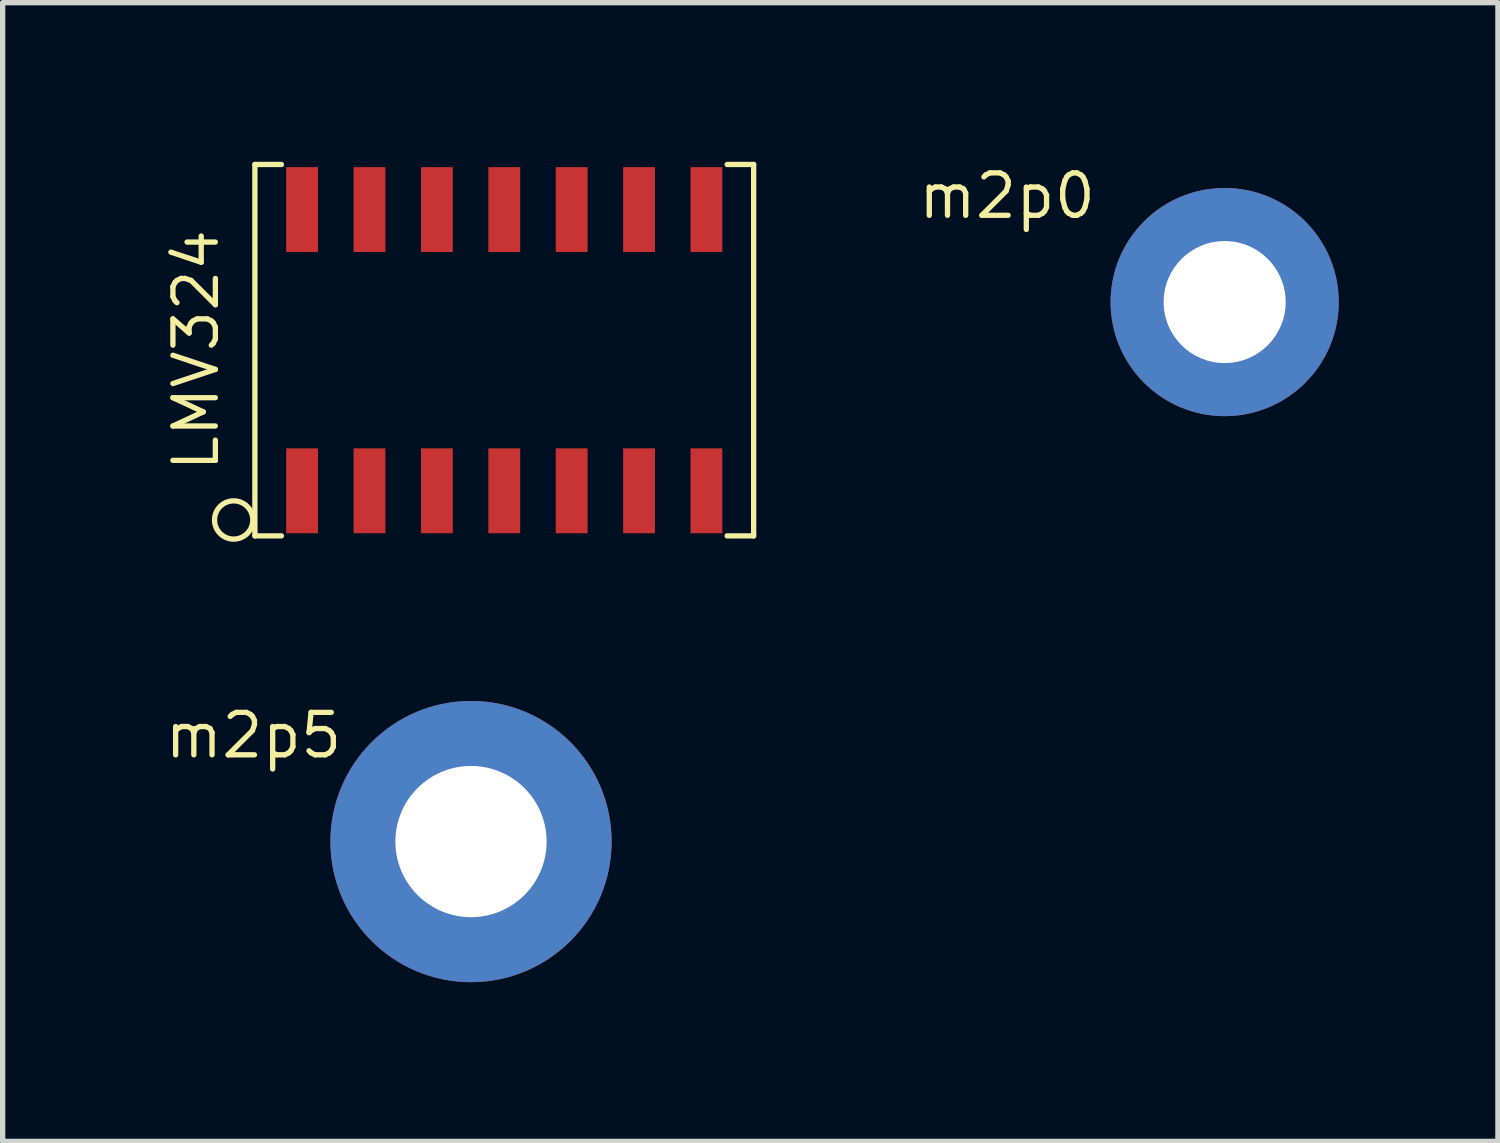
<source format=kicad_pcb>
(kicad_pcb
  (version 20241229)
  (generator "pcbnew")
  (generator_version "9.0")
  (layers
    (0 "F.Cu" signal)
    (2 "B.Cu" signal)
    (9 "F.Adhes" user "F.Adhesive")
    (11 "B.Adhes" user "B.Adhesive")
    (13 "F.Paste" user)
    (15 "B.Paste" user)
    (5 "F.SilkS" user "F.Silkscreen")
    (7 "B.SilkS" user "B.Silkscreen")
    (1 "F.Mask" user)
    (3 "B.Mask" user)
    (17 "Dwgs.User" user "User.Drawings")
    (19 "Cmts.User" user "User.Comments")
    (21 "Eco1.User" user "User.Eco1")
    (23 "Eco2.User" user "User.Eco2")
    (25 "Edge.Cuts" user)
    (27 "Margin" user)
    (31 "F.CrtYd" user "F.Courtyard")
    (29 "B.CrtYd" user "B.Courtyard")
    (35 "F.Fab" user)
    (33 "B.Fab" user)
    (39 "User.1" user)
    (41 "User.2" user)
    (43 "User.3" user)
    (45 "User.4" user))
  (footprint "LMV324"
    (layer "F.Cu")
    (at 6.454 3.55)
    (property "Reference" "LMV324" (at -5.81 0 90) (layer "F.SilkS") (effects (font (size 0.8 0.8) (thickness 0.1))))
    (attr through_hole)
    (fp_line (start -4.7 -3.5) (end -4.2 -3.5) (stroke (width 0.1) (type solid)) (layer "F.SilkS"))
    (fp_line (start -4.7 3.5) (end -4.7 -3.5) (stroke (width 0.1) (type solid)) (layer "F.SilkS"))
    (fp_line (start -4.2 3.5) (end -4.7 3.5) (stroke (width 0.1) (type solid)) (layer "F.SilkS"))
    (fp_line (start 4.2 -3.5) (end 4.7 -3.5) (stroke (width 0.1) (type solid)) (layer "F.SilkS"))
    (fp_line (start 4.7 -3.5) (end 4.7 3.5) (stroke (width 0.1) (type solid)) (layer "F.SilkS"))
    (fp_line (start 4.7 3.5) (end 4.2 3.5) (stroke (width 0.1) (type solid)) (layer "F.SilkS"))
    (fp_circle (center -5.1 3.2) (end -4.9 3.5) (stroke (width 0.1) (type solid)) (fill no) (layer "F.SilkS"))
    (pad "1" smd rect (at -3.81 2.65) (size 0.6 1.6) (layers "F.Cu" "F.Mask" "F.Paste"))
    (pad "2" smd rect (at -2.54 2.65) (size 0.6 1.6) (layers "F.Cu" "F.Mask" "F.Paste"))
    (pad "3" smd rect (at -1.27 2.65) (size 0.6 1.6) (layers "F.Cu" "F.Mask" "F.Paste"))
    (pad "4" smd rect (at 0 2.65) (size 0.6 1.6) (layers "F.Cu" "F.Mask" "F.Paste"))
    (pad "5" smd rect (at 1.27 2.65) (size 0.6 1.6) (layers "F.Cu" "F.Mask" "F.Paste"))
    (pad "6" smd rect (at 2.54 2.65) (size 0.6 1.6) (layers "F.Cu" "F.Mask" "F.Paste"))
    (pad "7" smd rect (at 3.81 2.65) (size 0.6 1.6) (layers "F.Cu" "F.Mask" "F.Paste"))
    (pad "8" smd rect (at 3.81 -2.65) (size 0.6 1.6) (layers "F.Cu" "F.Mask" "F.Paste"))
    (pad "9" smd rect (at 2.54 -2.65) (size 0.6 1.6) (layers "F.Cu" "F.Mask" "F.Paste"))
    (pad "10" smd rect (at 1.27 -2.65) (size 0.6 1.6) (layers "F.Cu" "F.Mask" "F.Paste"))
    (pad "11" smd rect (at 0 -2.65) (size 0.6 1.6) (layers "F.Cu" "F.Mask" "F.Paste"))
    (pad "12" smd rect (at -1.27 -2.65) (size 0.6 1.6) (layers "F.Cu" "F.Mask" "F.Paste"))
    (pad "13" smd rect (at -2.54 -2.65) (size 0.6 1.6) (layers "F.Cu" "F.Mask" "F.Paste"))
    (pad "14" smd rect (at -3.81 -2.65) (size 0.6 1.6) (layers "F.Cu" "F.Mask" "F.Paste")))
  (footprint "m2p5"
    (layer "F.Cu")
    (at 5.827 12.811)
    (property "Reference" "m2p5" (at -4.1 -2 0) (layer "F.SilkS") (effects (font (size 0.8 0.8) (thickness 0.1))))
    (attr through_hole)
    (pad "1" thru_hole circle (at 0 0) (size 5.3 5.3) (drill 2.85) (layers "*.Cu" "*.Mask")))
  (footprint "m2p0"
    (layer "F.Cu")
    (at 20.031 2.643)
    (property "Reference" "m2p0" (at -4.1 -2 0) (layer "F.SilkS") (effects (font (size 0.8 0.8) (thickness 0.1))))
    (attr through_hole)
    (pad "1" thru_hole circle (at 0 0) (size 4.3 4.3) (drill 2.3) (layers "*.Cu" "*.Mask")))
  (gr_rect
    (start -3 -3)
    (end 25.181 18.461)
    (stroke (width 0.1) (type default))
    (fill no)
    (layer "Edge.Cuts")))
</source>
